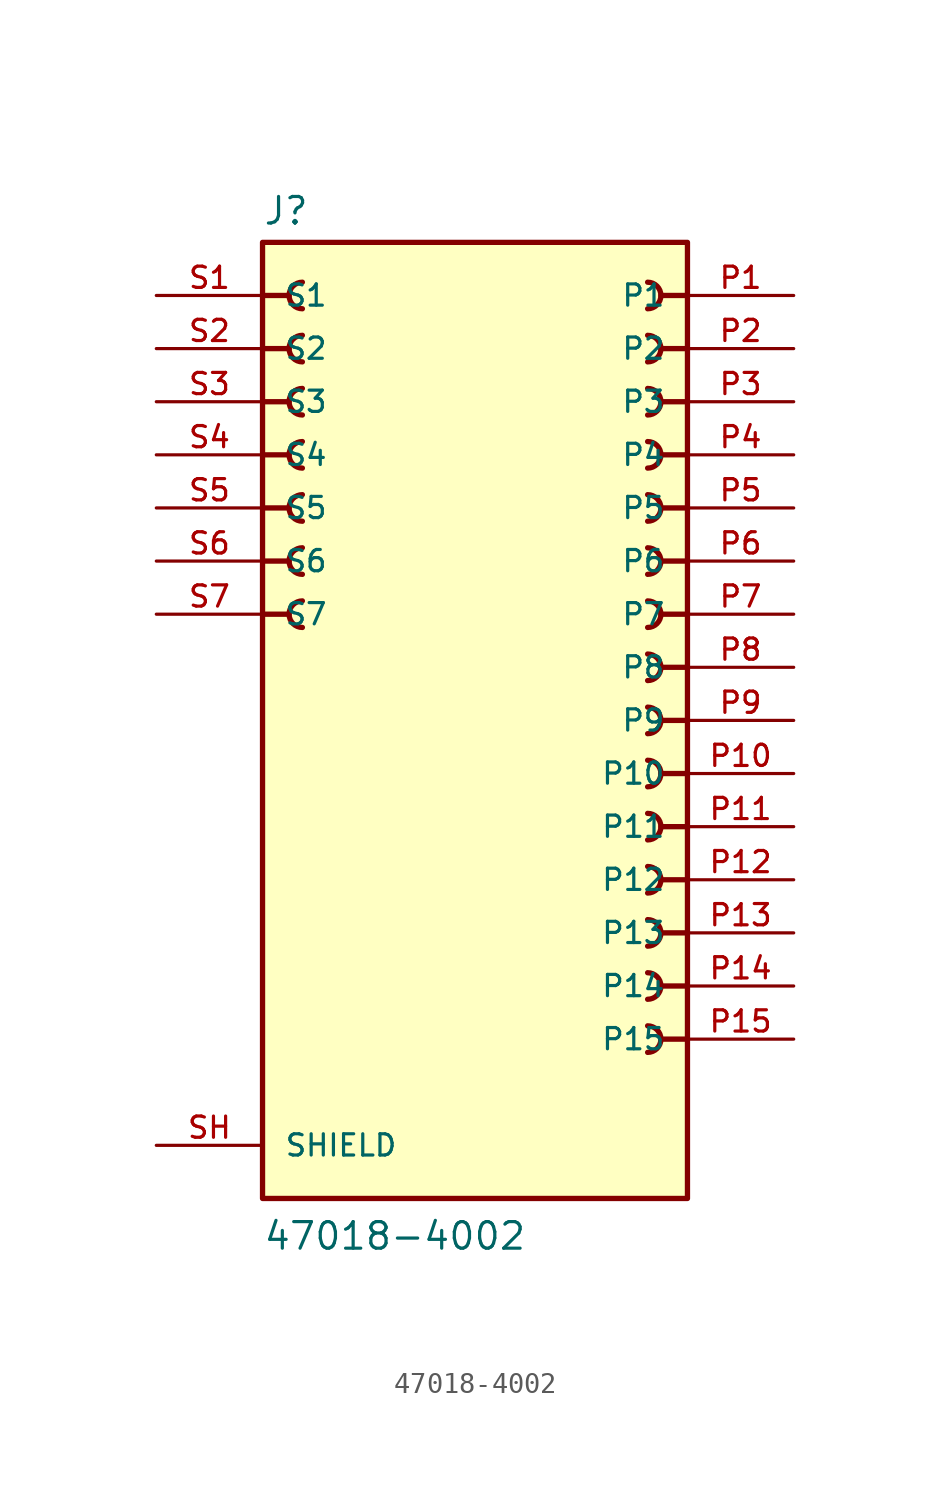
<source format=kicad_sym>
(kicad_symbol_lib
  (version 20220914)
  (generator kicad_symbol_editor)
  (symbol "47018-4002"
    (pin_names
      (offset 1.016))
    (property "Reference" "J"
      (at -10.16 23.622 0)
      (effects (font (size 1.27 1.27)) (justify left bottom)))
    (property "Value" "47018-4002"
      (at -10.16 -25.4 0)
      (effects (font (size 1.27 1.27)) (justify left bottom)))
    (symbol "47018-4002_0_0"
      (rectangle (start -10.16 22.86) (end 10.16 -22.86) (stroke (width 0.254) (type default)) (fill (type background)))
      (arc (start -8.255 5.715) (mid -8.8873 5.08) (end -8.255 4.445) (stroke (width 0.254) (type default)) (fill (type none)))
      (arc (start -8.255 8.255) (mid -8.8873 7.62) (end -8.255 6.985) (stroke (width 0.254) (type default)) (fill (type none)))
      (arc (start -8.255 10.795) (mid -8.8873 10.16) (end -8.255 9.525) (stroke (width 0.254) (type default)) (fill (type none)))
      (arc (start -8.255 13.335) (mid -8.8873 12.7) (end -8.255 12.065) (stroke (width 0.254) (type default)) (fill (type none)))
      (arc (start -8.255 15.875) (mid -8.8873 15.24) (end -8.255 14.605) (stroke (width 0.254) (type default)) (fill (type none)))
      (arc (start -8.255 18.415) (mid -8.8873 17.78) (end -8.255 17.145) (stroke (width 0.254) (type default)) (fill (type none)))
      (arc (start -8.255 20.955) (mid -8.8873 20.32) (end -8.255 19.685) (stroke (width 0.254) (type default)) (fill (type none)))
      (polyline (pts (xy -10.16 5.08) (xy -8.89 5.08)) (stroke (width 0.254) (type default)) (fill (type none)))
      (polyline (pts (xy -10.16 7.62) (xy -8.89 7.62)) (stroke (width 0.254) (type default)) (fill (type none)))
      (polyline (pts (xy -10.16 10.16) (xy -8.89 10.16)) (stroke (width 0.254) (type default)) (fill (type none)))
      (polyline (pts (xy -10.16 12.7) (xy -8.89 12.7)) (stroke (width 0.254) (type default)) (fill (type none)))
      (polyline (pts (xy -10.16 15.24) (xy -8.89 15.24)) (stroke (width 0.254) (type default)) (fill (type none)))
      (polyline (pts (xy -10.16 17.78) (xy -8.89 17.78)) (stroke (width 0.254) (type default)) (fill (type none)))
      (polyline (pts (xy -10.16 20.32) (xy -8.89 20.32)) (stroke (width 0.254) (type default)) (fill (type none)))
      (polyline (pts (xy 10.16 -15.24) (xy 8.89 -15.24)) (stroke (width 0.254) (type default)) (fill (type none)))
      (polyline (pts (xy 10.16 -12.7) (xy 8.89 -12.7)) (stroke (width 0.254) (type default)) (fill (type none)))
      (polyline (pts (xy 10.16 -10.16) (xy 8.89 -10.16)) (stroke (width 0.254) (type default)) (fill (type none)))
      (polyline (pts (xy 10.16 -7.62) (xy 8.89 -7.62)) (stroke (width 0.254) (type default)) (fill (type none)))
      (polyline (pts (xy 10.16 -5.08) (xy 8.89 -5.08)) (stroke (width 0.254) (type default)) (fill (type none)))
      (polyline (pts (xy 10.16 -2.54) (xy 8.89 -2.54)) (stroke (width 0.254) (type default)) (fill (type none)))
      (polyline (pts (xy 10.16 0) (xy 8.89 0)) (stroke (width 0.254) (type default)) (fill (type none)))
      (polyline (pts (xy 10.16 2.54) (xy 8.89 2.54)) (stroke (width 0.254) (type default)) (fill (type none)))
      (polyline (pts (xy 10.16 5.08) (xy 8.89 5.08)) (stroke (width 0.254) (type default)) (fill (type none)))
      (polyline (pts (xy 10.16 7.62) (xy 8.89 7.62)) (stroke (width 0.254) (type default)) (fill (type none)))
      (polyline (pts (xy 10.16 10.16) (xy 8.89 10.16)) (stroke (width 0.254) (type default)) (fill (type none)))
      (polyline (pts (xy 10.16 12.7) (xy 8.89 12.7)) (stroke (width 0.254) (type default)) (fill (type none)))
      (polyline (pts (xy 10.16 15.24) (xy 8.89 15.24)) (stroke (width 0.254) (type default)) (fill (type none)))
      (polyline (pts (xy 10.16 17.78) (xy 8.89 17.78)) (stroke (width 0.254) (type default)) (fill (type none)))
      (polyline (pts (xy 10.16 20.32) (xy 8.89 20.32)) (stroke (width 0.254) (type default)) (fill (type none)))
      (arc (start 8.255 -15.875) (mid 8.8873 -15.24) (end 8.255 -14.605) (stroke (width 0.254) (type default)) (fill (type none)))
      (arc (start 8.255 -13.335) (mid 8.8873 -12.7) (end 8.255 -12.065) (stroke (width 0.254) (type default)) (fill (type none)))
      (arc (start 8.255 -10.795) (mid 8.8873 -10.16) (end 8.255 -9.525) (stroke (width 0.254) (type default)) (fill (type none)))
      (arc (start 8.255 -8.255) (mid 8.8873 -7.62) (end 8.255 -6.985) (stroke (width 0.254) (type default)) (fill (type none)))
      (arc (start 8.255 -5.715) (mid 8.8873 -5.08) (end 8.255 -4.445) (stroke (width 0.254) (type default)) (fill (type none)))
      (arc (start 8.255 -3.175) (mid 8.8873 -2.54) (end 8.255 -1.905) (stroke (width 0.254) (type default)) (fill (type none)))
      (arc (start 8.255 -0.635) (mid 8.8873 0) (end 8.255 0.635) (stroke (width 0.254) (type default)) (fill (type none)))
      (arc (start 8.255 1.905) (mid 8.8873 2.54) (end 8.255 3.175) (stroke (width 0.254) (type default)) (fill (type none)))
      (arc (start 8.255 4.445) (mid 8.8873 5.08) (end 8.255 5.715) (stroke (width 0.254) (type default)) (fill (type none)))
      (arc (start 8.255 6.985) (mid 8.8873 7.62) (end 8.255 8.255) (stroke (width 0.254) (type default)) (fill (type none)))
      (arc (start 8.255 9.525) (mid 8.8873 10.16) (end 8.255 10.795) (stroke (width 0.254) (type default)) (fill (type none)))
      (arc (start 8.255 12.065) (mid 8.8873 12.7) (end 8.255 13.335) (stroke (width 0.254) (type default)) (fill (type none)))
      (arc (start 8.255 14.605) (mid 8.8873 15.24) (end 8.255 15.875) (stroke (width 0.254) (type default)) (fill (type none)))
      (arc (start 8.255 17.145) (mid 8.8873 17.78) (end 8.255 18.415) (stroke (width 0.254) (type default)) (fill (type none)))
      (arc (start 8.255 19.685) (mid 8.8873 20.32) (end 8.255 20.955) (stroke (width 0.254) (type default)) (fill (type none)))
      (pin power_in line (at 15.24 20.32 180) (length 5.08) (name "P1" (effects (font (size 1.016 1.016)))) (number "P1" (effects (font (size 1.016 1.016)))))
      (pin power_in line (at 15.24 -2.54 180) (length 5.08) (name "P10" (effects (font (size 1.016 1.016)))) (number "P10" (effects (font (size 1.016 1.016)))))
      (pin power_in line (at 15.24 -5.08 180) (length 5.08) (name "P11" (effects (font (size 1.016 1.016)))) (number "P11" (effects (font (size 1.016 1.016)))))
      (pin power_in line (at 15.24 -7.62 180) (length 5.08) (name "P12" (effects (font (size 1.016 1.016)))) (number "P12" (effects (font (size 1.016 1.016)))))
      (pin power_in line (at 15.24 -10.16 180) (length 5.08) (name "P13" (effects (font (size 1.016 1.016)))) (number "P13" (effects (font (size 1.016 1.016)))))
      (pin power_in line (at 15.24 -12.7 180) (length 5.08) (name "P14" (effects (font (size 1.016 1.016)))) (number "P14" (effects (font (size 1.016 1.016)))))
      (pin power_in line (at 15.24 -15.24 180) (length 5.08) (name "P15" (effects (font (size 1.016 1.016)))) (number "P15" (effects (font (size 1.016 1.016)))))
      (pin power_in line (at 15.24 17.78 180) (length 5.08) (name "P2" (effects (font (size 1.016 1.016)))) (number "P2" (effects (font (size 1.016 1.016)))))
      (pin power_in line (at 15.24 15.24 180) (length 5.08) (name "P3" (effects (font (size 1.016 1.016)))) (number "P3" (effects (font (size 1.016 1.016)))))
      (pin power_in line (at 15.24 12.7 180) (length 5.08) (name "P4" (effects (font (size 1.016 1.016)))) (number "P4" (effects (font (size 1.016 1.016)))))
      (pin power_in line (at 15.24 10.16 180) (length 5.08) (name "P5" (effects (font (size 1.016 1.016)))) (number "P5" (effects (font (size 1.016 1.016)))))
      (pin power_in line (at 15.24 7.62 180) (length 5.08) (name "P6" (effects (font (size 1.016 1.016)))) (number "P6" (effects (font (size 1.016 1.016)))))
      (pin power_in line (at 15.24 5.08 180) (length 5.08) (name "P7" (effects (font (size 1.016 1.016)))) (number "P7" (effects (font (size 1.016 1.016)))))
      (pin power_in line (at 15.24 2.54 180) (length 5.08) (name "P8" (effects (font (size 1.016 1.016)))) (number "P8" (effects (font (size 1.016 1.016)))))
      (pin power_in line (at 15.24 0 180) (length 5.08) (name "P9" (effects (font (size 1.016 1.016)))) (number "P9" (effects (font (size 1.016 1.016)))))
      (pin passive line (at -15.24 20.32 0) (length 5.08) (name "S1" (effects (font (size 1.016 1.016)))) (number "S1" (effects (font (size 1.016 1.016)))))
      (pin passive line (at -15.24 17.78 0) (length 5.08) (name "S2" (effects (font (size 1.016 1.016)))) (number "S2" (effects (font (size 1.016 1.016)))))
      (pin passive line (at -15.24 15.24 0) (length 5.08) (name "S3" (effects (font (size 1.016 1.016)))) (number "S3" (effects (font (size 1.016 1.016)))))
      (pin passive line (at -15.24 12.7 0) (length 5.08) (name "S4" (effects (font (size 1.016 1.016)))) (number "S4" (effects (font (size 1.016 1.016)))))
      (pin passive line (at -15.24 10.16 0) (length 5.08) (name "S5" (effects (font (size 1.016 1.016)))) (number "S5" (effects (font (size 1.016 1.016)))))
      (pin passive line (at -15.24 7.62 0) (length 5.08) (name "S6" (effects (font (size 1.016 1.016)))) (number "S6" (effects (font (size 1.016 1.016)))))
      (pin passive line (at -15.24 5.08 0) (length 5.08) (name "S7" (effects (font (size 1.016 1.016)))) (number "S7" (effects (font (size 1.016 1.016))))))
    (symbol "47018-4002_1_0"
      (pin passive line (at -15.24 -20.32 0) (length 5.08) (name "SHIELD" (effects (font (size 1.016 1.016)))) (number "SH" (effects (font (size 1.016 1.016))))))))
</source>
